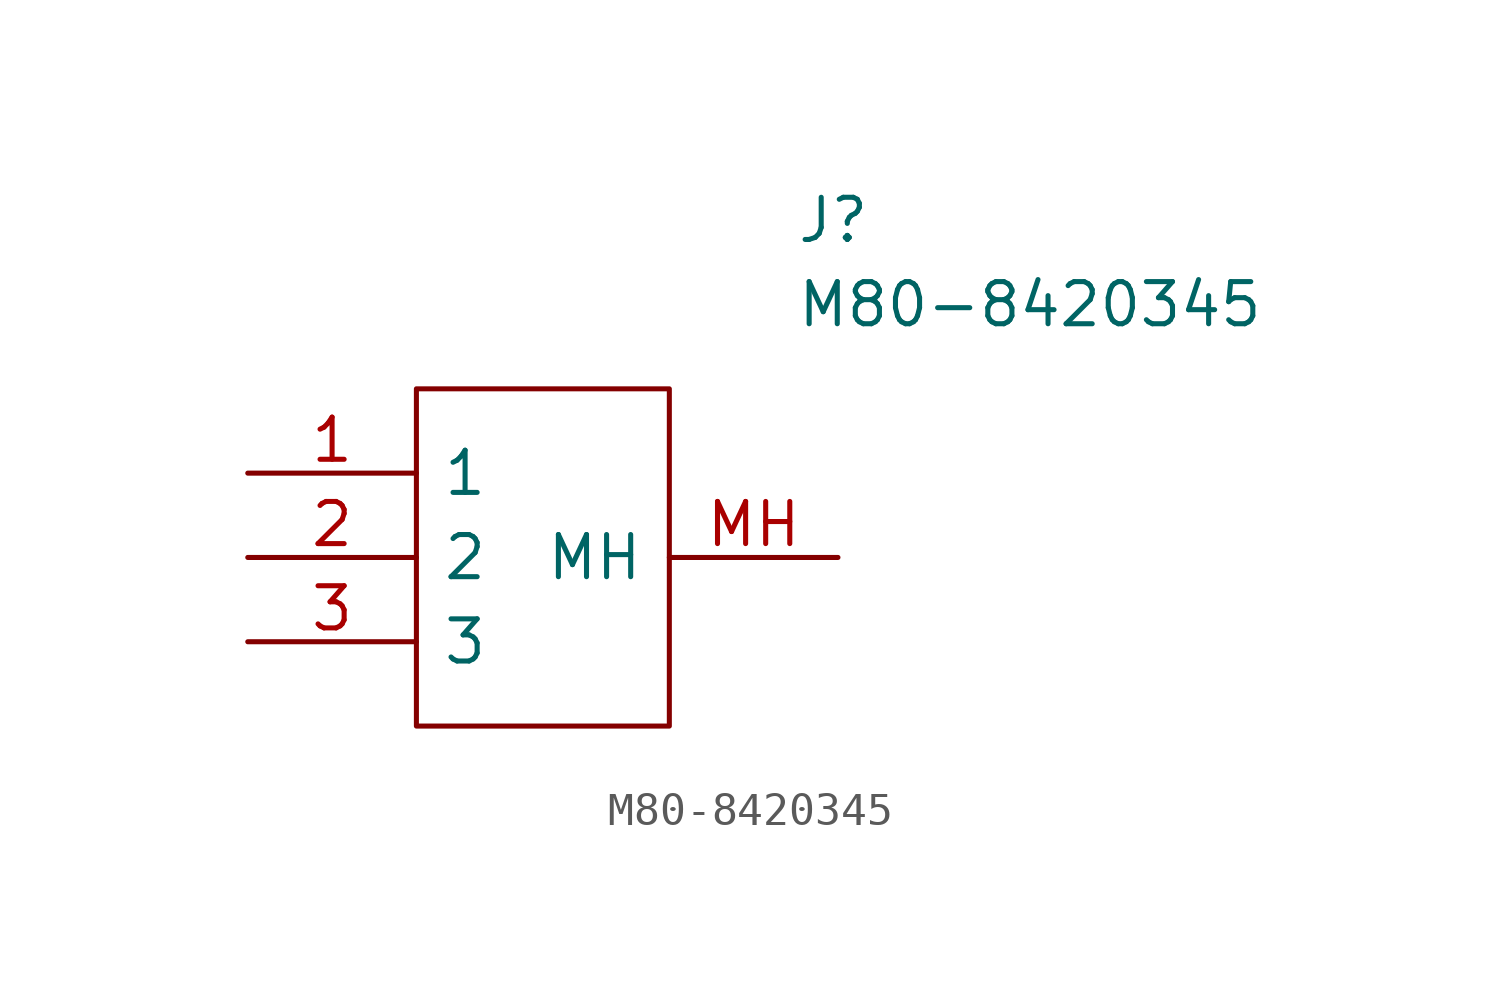
<source format=kicad_sym>
(kicad_symbol_lib
  (version 20211014)
  (generator kicad_symbol_editor)
  (symbol "M80-8420345"
    (pin_names
      (offset 0.762))
    (property "Reference" "J"
      (at 16.51 7.62 0)
      (effects (font (size 1.27 1.27)) (justify left)))
    (property "Value" "M80-8420345"
      (at 16.51 5.08 0)
      (effects (font (size 1.27 1.27)) (justify left)))
    (symbol "M80-8420345_0_0"
      (pin passive line (at 0 0 0) (length 5.08) (name "1" (effects (font (size 1.27 1.27)))) (number "1" (effects (font (size 1.27 1.27)))))
      (pin passive line (at 0 -2.54 0) (length 5.08) (name "2" (effects (font (size 1.27 1.27)))) (number "2" (effects (font (size 1.27 1.27)))))
      (pin passive line (at 0 -5.08 0) (length 5.08) (name "3" (effects (font (size 1.27 1.27)))) (number "3" (effects (font (size 1.27 1.27)))))
      (pin passive line (at 17.78 -2.54 180) (length 5.08) (name "MH" (effects (font (size 1.27 1.27)))) (number "MH" (effects (font (size 1.27 1.27))))))
    (symbol "M80-8420345_0_1"
      (polyline (pts (xy 5.08 2.54) (xy 12.7 2.54) (xy 12.7 -7.62) (xy 5.08 -7.62) (xy 5.08 2.54)) (stroke (width 0.152) (type default) (color 0 0 0 0)) (fill (type none))))))
</source>
